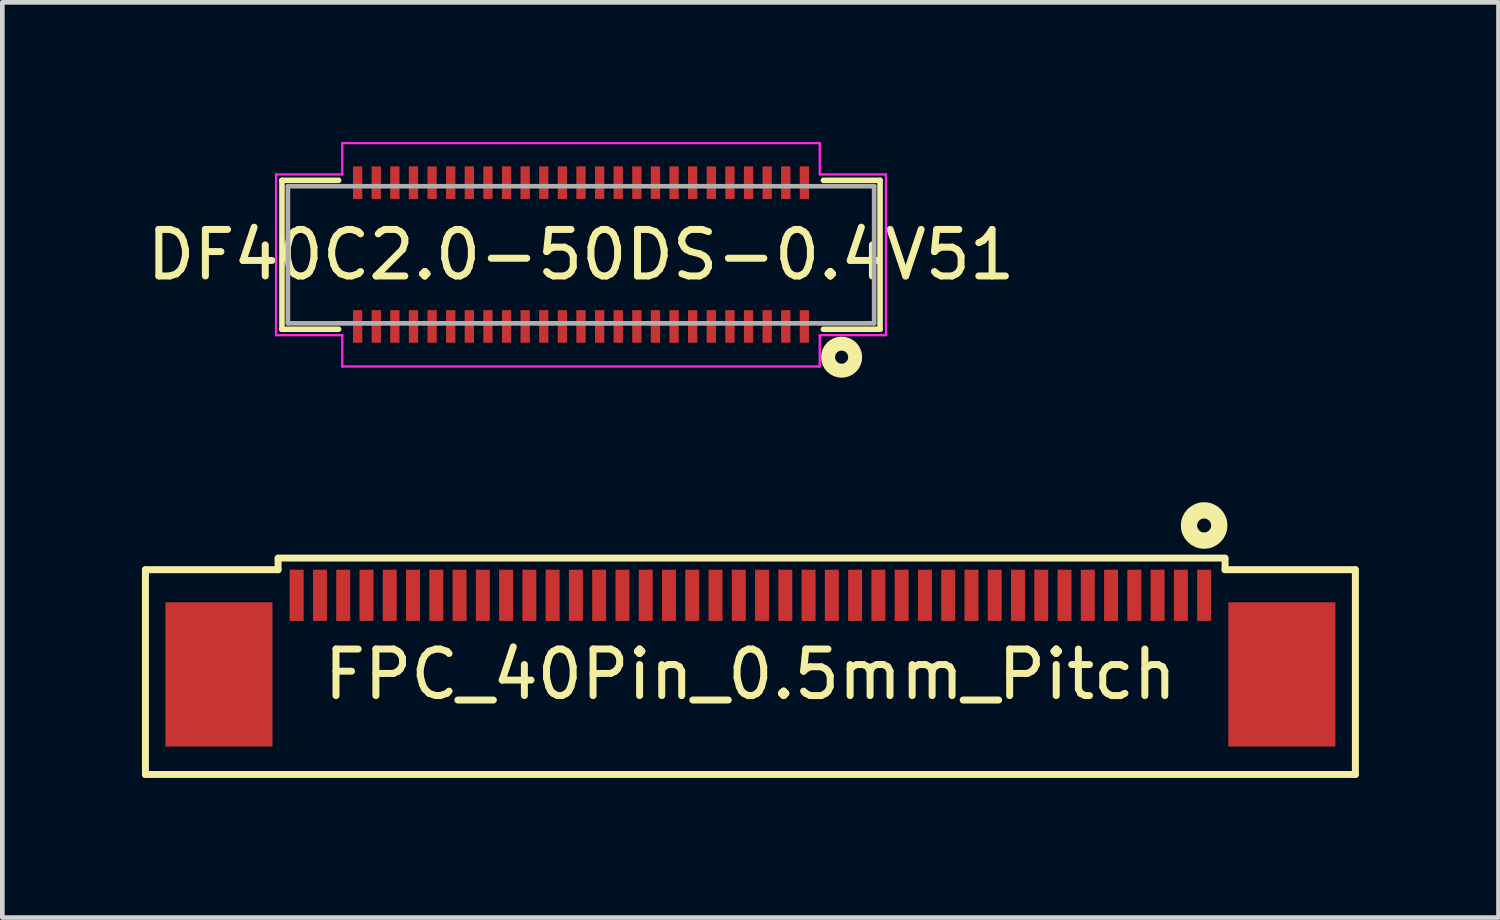
<source format=kicad_pcb>
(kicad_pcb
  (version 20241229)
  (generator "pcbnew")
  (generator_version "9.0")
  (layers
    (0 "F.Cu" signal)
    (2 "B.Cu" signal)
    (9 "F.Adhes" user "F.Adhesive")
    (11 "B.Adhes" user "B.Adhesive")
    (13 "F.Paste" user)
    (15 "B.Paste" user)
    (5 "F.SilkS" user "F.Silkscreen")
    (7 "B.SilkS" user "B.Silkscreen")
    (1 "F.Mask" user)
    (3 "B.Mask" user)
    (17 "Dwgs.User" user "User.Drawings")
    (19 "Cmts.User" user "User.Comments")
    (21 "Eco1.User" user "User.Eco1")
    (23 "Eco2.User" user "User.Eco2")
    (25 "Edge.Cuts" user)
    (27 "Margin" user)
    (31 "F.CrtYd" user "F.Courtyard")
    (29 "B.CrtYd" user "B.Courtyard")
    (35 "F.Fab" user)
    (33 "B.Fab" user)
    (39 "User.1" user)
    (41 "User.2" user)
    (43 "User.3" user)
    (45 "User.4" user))
  (footprint "DF40C2.0-50DS-0.4V51"
    (layer "F.Cu")
    (at 9.435 2.425)
    (property "Reference" "DF40C2.0-50DS-0.4V51" (at 0 0 0) (layer "F.SilkS") (effects (font (size 1 1) (thickness 0.15))))
    (attr smd)
    (fp_line (start -6.426 -1.6) (end -6.426 1.6) (stroke (width 0.12) (type solid)) (layer "F.SilkS"))
    (fp_line (start -6.426 1.6) (end -5.209 1.6) (stroke (width 0.12) (type solid)) (layer "F.SilkS"))
    (fp_line (start -5.209 -1.6) (end -6.426 -1.6) (stroke (width 0.12) (type solid)) (layer "F.SilkS"))
    (fp_line (start 5.209 1.6) (end 6.426 1.6) (stroke (width 0.12) (type solid)) (layer "F.SilkS"))
    (fp_line (start 6.426 -1.6) (end 5.209 -1.6) (stroke (width 0.12) (type solid)) (layer "F.SilkS"))
    (fp_line (start 6.426 1.6) (end 6.426 -1.6) (stroke (width 0.12) (type solid)) (layer "F.SilkS"))
    (fp_circle (center 5.6 2.2) (end 5.741 2.2) (stroke (width 0.3) (type solid)) (fill no) (layer "F.SilkS"))
    (fp_line (start -6.553 -1.727) (end -5.13 -1.727) (stroke (width 0.05) (type solid)) (layer "F.CrtYd"))
    (fp_line (start -6.553 1.727) (end -6.553 -1.727) (stroke (width 0.05) (type solid)) (layer "F.CrtYd"))
    (fp_line (start -5.13 -2.4) (end 5.13 -2.4) (stroke (width 0.05) (type solid)) (layer "F.CrtYd"))
    (fp_line (start -5.13 -1.727) (end -5.13 -2.4) (stroke (width 0.05) (type solid)) (layer "F.CrtYd"))
    (fp_line (start -5.13 1.727) (end -6.553 1.727) (stroke (width 0.05) (type solid)) (layer "F.CrtYd"))
    (fp_line (start -5.13 2.4) (end -5.13 1.727) (stroke (width 0.05) (type solid)) (layer "F.CrtYd"))
    (fp_line (start -5.13 2.4) (end 5.13 2.4) (stroke (width 0.05) (type solid)) (layer "F.CrtYd"))
    (fp_line (start 5.13 -2.4) (end 5.13 -1.727) (stroke (width 0.05) (type solid)) (layer "F.CrtYd"))
    (fp_line (start 5.13 -1.727) (end 6.553 -1.727) (stroke (width 0.05) (type solid)) (layer "F.CrtYd"))
    (fp_line (start 5.13 1.727) (end 5.13 2.4) (stroke (width 0.05) (type solid)) (layer "F.CrtYd"))
    (fp_line (start 6.553 -1.727) (end 6.553 1.727) (stroke (width 0.05) (type solid)) (layer "F.CrtYd"))
    (fp_line (start 6.553 1.727) (end 5.13 1.727) (stroke (width 0.05) (type solid)) (layer "F.CrtYd"))
    (fp_line (start -6.299 -1.473) (end -6.299 1.473) (stroke (width 0.1) (type solid)) (layer "F.Fab"))
    (fp_line (start -6.299 1.473) (end 6.299 1.473) (stroke (width 0.1) (type solid)) (layer "F.Fab"))
    (fp_line (start 6.299 -1.473) (end -6.299 -1.473) (stroke (width 0.1) (type solid)) (layer "F.Fab"))
    (fp_line (start 6.299 1.473) (end 6.299 -1.473) (stroke (width 0.1) (type solid)) (layer "F.Fab"))
    (pad "1" smd rect (at 4.8 1.54) (size 0.2 0.7) (layers "F.Cu" "F.Mask" "F.Paste"))
    (pad "2" smd rect (at 4.8 -1.55) (size 0.2 0.7) (layers "F.Cu" "F.Mask" "F.Paste"))
    (pad "3" smd rect (at 4.4 1.54) (size 0.2 0.7) (layers "F.Cu" "F.Mask" "F.Paste"))
    (pad "4" smd rect (at 4.4 -1.55) (size 0.2 0.7) (layers "F.Cu" "F.Mask" "F.Paste"))
    (pad "5" smd rect (at 4 1.54) (size 0.2 0.7) (layers "F.Cu" "F.Mask" "F.Paste"))
    (pad "6" smd rect (at 4 -1.55) (size 0.2 0.7) (layers "F.Cu" "F.Mask" "F.Paste"))
    (pad "7" smd rect (at 3.6 1.54) (size 0.2 0.7) (layers "F.Cu" "F.Mask" "F.Paste"))
    (pad "8" smd rect (at 3.6 -1.55) (size 0.2 0.7) (layers "F.Cu" "F.Mask" "F.Paste"))
    (pad "9" smd rect (at 3.2 1.54) (size 0.2 0.7) (layers "F.Cu" "F.Mask" "F.Paste"))
    (pad "10" smd rect (at 3.2 -1.55) (size 0.2 0.7) (layers "F.Cu" "F.Mask" "F.Paste"))
    (pad "11" smd rect (at 2.8 1.54) (size 0.2 0.7) (layers "F.Cu" "F.Mask" "F.Paste"))
    (pad "12" smd rect (at 2.8 -1.55) (size 0.2 0.7) (layers "F.Cu" "F.Mask" "F.Paste"))
    (pad "13" smd rect (at 2.4 1.54) (size 0.2 0.7) (layers "F.Cu" "F.Mask" "F.Paste"))
    (pad "14" smd rect (at 2.4 -1.55) (size 0.2 0.7) (layers "F.Cu" "F.Mask" "F.Paste"))
    (pad "15" smd rect (at 2 1.54) (size 0.2 0.7) (layers "F.Cu" "F.Mask" "F.Paste"))
    (pad "16" smd rect (at 2 -1.55) (size 0.2 0.7) (layers "F.Cu" "F.Mask" "F.Paste"))
    (pad "17" smd rect (at 1.6 1.54) (size 0.2 0.7) (layers "F.Cu" "F.Mask" "F.Paste"))
    (pad "18" smd rect (at 1.6 -1.55) (size 0.2 0.7) (layers "F.Cu" "F.Mask" "F.Paste"))
    (pad "19" smd rect (at 1.2 1.54) (size 0.2 0.7) (layers "F.Cu" "F.Mask" "F.Paste"))
    (pad "20" smd rect (at 1.2 -1.55) (size 0.2 0.7) (layers "F.Cu" "F.Mask" "F.Paste"))
    (pad "21" smd rect (at 0.8 1.54) (size 0.2 0.7) (layers "F.Cu" "F.Mask" "F.Paste"))
    (pad "22" smd rect (at 0.8 -1.55) (size 0.2 0.7) (layers "F.Cu" "F.Mask" "F.Paste"))
    (pad "23" smd rect (at 0.4 1.54) (size 0.2 0.7) (layers "F.Cu" "F.Mask" "F.Paste"))
    (pad "24" smd rect (at 0.4 -1.55) (size 0.2 0.7) (layers "F.Cu" "F.Mask" "F.Paste"))
    (pad "25" smd rect (at 0 1.54) (size 0.2 0.7) (layers "F.Cu" "F.Mask" "F.Paste"))
    (pad "26" smd rect (at 0 -1.55) (size 0.2 0.7) (layers "F.Cu" "F.Mask" "F.Paste"))
    (pad "27" smd rect (at -0.4 1.54) (size 0.2 0.7) (layers "F.Cu" "F.Mask" "F.Paste"))
    (pad "28" smd rect (at -0.4 -1.55) (size 0.2 0.7) (layers "F.Cu" "F.Mask" "F.Paste"))
    (pad "29" smd rect (at -0.8 1.54) (size 0.2 0.7) (layers "F.Cu" "F.Mask" "F.Paste"))
    (pad "30" smd rect (at -0.8 -1.55) (size 0.2 0.7) (layers "F.Cu" "F.Mask" "F.Paste"))
    (pad "31" smd rect (at -1.2 1.54) (size 0.2 0.7) (layers "F.Cu" "F.Mask" "F.Paste"))
    (pad "32" smd rect (at -1.2 -1.55) (size 0.2 0.7) (layers "F.Cu" "F.Mask" "F.Paste"))
    (pad "33" smd rect (at -1.6 1.54) (size 0.2 0.7) (layers "F.Cu" "F.Mask" "F.Paste"))
    (pad "34" smd rect (at -1.6 -1.55) (size 0.2 0.7) (layers "F.Cu" "F.Mask" "F.Paste"))
    (pad "35" smd rect (at -2 1.54) (size 0.2 0.7) (layers "F.Cu" "F.Mask" "F.Paste"))
    (pad "36" smd rect (at -2 -1.55) (size 0.2 0.7) (layers "F.Cu" "F.Mask" "F.Paste"))
    (pad "37" smd rect (at -2.4 1.54) (size 0.2 0.7) (layers "F.Cu" "F.Mask" "F.Paste"))
    (pad "38" smd rect (at -2.4 -1.55) (size 0.2 0.7) (layers "F.Cu" "F.Mask" "F.Paste"))
    (pad "39" smd rect (at -2.8 1.54) (size 0.2 0.7) (layers "F.Cu" "F.Mask" "F.Paste"))
    (pad "40" smd rect (at -2.8 -1.55) (size 0.2 0.7) (layers "F.Cu" "F.Mask" "F.Paste"))
    (pad "41" smd rect (at -3.2 1.54) (size 0.2 0.7) (layers "F.Cu" "F.Mask" "F.Paste"))
    (pad "42" smd rect (at -3.2 -1.55) (size 0.2 0.7) (layers "F.Cu" "F.Mask" "F.Paste"))
    (pad "43" smd rect (at -3.6 1.54) (size 0.2 0.7) (layers "F.Cu" "F.Mask" "F.Paste"))
    (pad "44" smd rect (at -3.6 -1.55) (size 0.2 0.7) (layers "F.Cu" "F.Mask" "F.Paste"))
    (pad "45" smd rect (at -4 1.54) (size 0.2 0.7) (layers "F.Cu" "F.Mask" "F.Paste"))
    (pad "46" smd rect (at -4 -1.55) (size 0.2 0.7) (layers "F.Cu" "F.Mask" "F.Paste"))
    (pad "47" smd rect (at -4.4 1.54) (size 0.2 0.7) (layers "F.Cu" "F.Mask" "F.Paste"))
    (pad "48" smd rect (at -4.4 -1.55) (size 0.2 0.7) (layers "F.Cu" "F.Mask" "F.Paste"))
    (pad "49" smd rect (at -4.8 1.54) (size 0.2 0.7) (layers "F.Cu" "F.Mask" "F.Paste"))
    (pad "50" smd rect (at -4.8 -1.55) (size 0.2 0.7) (layers "F.Cu" "F.Mask" "F.Paste")))
  (footprint "FPC_40Pin_0.5mm_Pitch"
    (layer "F.Cu")
    (at 13.075 9.742)
    (property "Reference" "FPC_40Pin_0.5mm_Pitch" (at 0 1.7 0) (layer "F.SilkS") (effects (font (size 1 1) (thickness 0.15))))
    (attr smd)
    (fp_line (start -13 -0.55) (end -10.15 -0.55) (stroke (width 0.15) (type solid)) (layer "F.SilkS"))
    (fp_line (start -13 3.85) (end -13 -0.55) (stroke (width 0.15) (type solid)) (layer "F.SilkS"))
    (fp_line (start -10.15 -0.8) (end 10.2 -0.8) (stroke (width 0.15) (type solid)) (layer "F.SilkS"))
    (fp_line (start -10.15 -0.55) (end -10.15 -0.775) (stroke (width 0.15) (type solid)) (layer "F.SilkS"))
    (fp_line (start 10.2 -0.55) (end 10.2 -0.775) (stroke (width 0.15) (type solid)) (layer "F.SilkS"))
    (fp_line (start 13 -0.55) (end 10.2 -0.55) (stroke (width 0.15) (type solid)) (layer "F.SilkS"))
    (fp_line (start 13 3.85) (end -13 3.85) (stroke (width 0.15) (type solid)) (layer "F.SilkS"))
    (fp_line (start 13 3.85) (end 13 -0.55) (stroke (width 0.15) (type solid)) (layer "F.SilkS"))
    (fp_circle (center 9.75 -1.5) (end 9.9 -1.5) (stroke (width 0.35) (type solid)) (fill no) (layer "F.SilkS"))
    (pad "0" smd rect (at -11.42 1.7) (size 2.3 3.1) (layers "F.Cu" "F.Mask" "F.Paste"))
    (pad "0" smd rect (at 11.42 1.7) (size 2.3 3.1) (layers "F.Cu" "F.Mask" "F.Paste"))
    (pad "1" smd rect (at 9.75 0 180) (size 0.3 1.1) (layers "F.Cu" "F.Mask" "F.Paste"))
    (pad "2" smd rect (at 9.25 0 180) (size 0.3 1.1) (layers "F.Cu" "F.Mask" "F.Paste"))
    (pad "3" smd rect (at 8.75 0 180) (size 0.3 1.1) (layers "F.Cu" "F.Mask" "F.Paste"))
    (pad "4" smd rect (at 8.25 0 180) (size 0.3 1.1) (layers "F.Cu" "F.Mask" "F.Paste"))
    (pad "5" smd rect (at 7.75 0 180) (size 0.3 1.1) (layers "F.Cu" "F.Mask" "F.Paste"))
    (pad "6" smd rect (at 7.25 0 180) (size 0.3 1.1) (layers "F.Cu" "F.Mask" "F.Paste"))
    (pad "7" smd rect (at 6.75 0 180) (size 0.3 1.1) (layers "F.Cu" "F.Mask" "F.Paste"))
    (pad "8" smd rect (at 6.25 0 180) (size 0.3 1.1) (layers "F.Cu" "F.Mask" "F.Paste"))
    (pad "9" smd rect (at 5.75 0 180) (size 0.3 1.1) (layers "F.Cu" "F.Mask" "F.Paste"))
    (pad "10" smd rect (at 5.25 0 180) (size 0.3 1.1) (layers "F.Cu" "F.Mask" "F.Paste"))
    (pad "11" smd rect (at 4.75 0 180) (size 0.3 1.1) (layers "F.Cu" "F.Mask" "F.Paste"))
    (pad "12" smd rect (at 4.25 0 180) (size 0.3 1.1) (layers "F.Cu" "F.Mask" "F.Paste"))
    (pad "13" smd rect (at 3.75 0 180) (size 0.3 1.1) (layers "F.Cu" "F.Mask" "F.Paste"))
    (pad "14" smd rect (at 3.25 0 180) (size 0.3 1.1) (layers "F.Cu" "F.Mask" "F.Paste"))
    (pad "15" smd rect (at 2.75 0 180) (size 0.3 1.1) (layers "F.Cu" "F.Mask" "F.Paste"))
    (pad "16" smd rect (at 2.25 0 180) (size 0.3 1.1) (layers "F.Cu" "F.Mask" "F.Paste"))
    (pad "17" smd rect (at 1.75 0 180) (size 0.3 1.1) (layers "F.Cu" "F.Mask" "F.Paste"))
    (pad "18" smd rect (at 1.25 0 180) (size 0.3 1.1) (layers "F.Cu" "F.Mask" "F.Paste"))
    (pad "19" smd rect (at 0.75 0 180) (size 0.3 1.1) (layers "F.Cu" "F.Mask" "F.Paste"))
    (pad "20" smd rect (at 0.25 0 180) (size 0.3 1.1) (layers "F.Cu" "F.Mask" "F.Paste"))
    (pad "21" smd rect (at -0.25 0 180) (size 0.3 1.1) (layers "F.Cu" "F.Mask" "F.Paste"))
    (pad "22" smd rect (at -0.75 0 180) (size 0.3 1.1) (layers "F.Cu" "F.Mask" "F.Paste"))
    (pad "23" smd rect (at -1.25 0 180) (size 0.3 1.1) (layers "F.Cu" "F.Mask" "F.Paste"))
    (pad "24" smd rect (at -1.75 0 180) (size 0.3 1.1) (layers "F.Cu" "F.Mask" "F.Paste"))
    (pad "25" smd rect (at -2.25 0 180) (size 0.3 1.1) (layers "F.Cu" "F.Mask" "F.Paste"))
    (pad "26" smd rect (at -2.75 0 180) (size 0.3 1.1) (layers "F.Cu" "F.Mask" "F.Paste"))
    (pad "27" smd rect (at -3.25 0 180) (size 0.3 1.1) (layers "F.Cu" "F.Mask" "F.Paste"))
    (pad "28" smd rect (at -3.75 0 180) (size 0.3 1.1) (layers "F.Cu" "F.Mask" "F.Paste"))
    (pad "29" smd rect (at -4.25 0 180) (size 0.3 1.1) (layers "F.Cu" "F.Mask" "F.Paste"))
    (pad "30" smd rect (at -4.75 0 180) (size 0.3 1.1) (layers "F.Cu" "F.Mask" "F.Paste"))
    (pad "31" smd rect (at -5.25 0 180) (size 0.3 1.1) (layers "F.Cu" "F.Mask" "F.Paste"))
    (pad "32" smd rect (at -5.75 0 180) (size 0.3 1.1) (layers "F.Cu" "F.Mask" "F.Paste"))
    (pad "33" smd rect (at -6.25 0 180) (size 0.3 1.1) (layers "F.Cu" "F.Mask" "F.Paste"))
    (pad "34" smd rect (at -6.75 0 180) (size 0.3 1.1) (layers "F.Cu" "F.Mask" "F.Paste"))
    (pad "35" smd rect (at -7.25 0 180) (size 0.3 1.1) (layers "F.Cu" "F.Mask" "F.Paste"))
    (pad "36" smd rect (at -7.75 0 180) (size 0.3 1.1) (layers "F.Cu" "F.Mask" "F.Paste"))
    (pad "37" smd rect (at -8.25 0 180) (size 0.3 1.1) (layers "F.Cu" "F.Mask" "F.Paste"))
    (pad "38" smd rect (at -8.75 0 180) (size 0.3 1.1) (layers "F.Cu" "F.Mask" "F.Paste"))
    (pad "39" smd rect (at -9.25 0 180) (size 0.3 1.1) (layers "F.Cu" "F.Mask" "F.Paste"))
    (pad "40" smd rect (at -9.75 0 180) (size 0.3 1.1) (layers "F.Cu" "F.Mask" "F.Paste")))
  (gr_rect
    (start -3 -3)
    (end 29.15 16.667)
    (stroke (width 0.1) (type default))
    (fill no)
    (layer "Edge.Cuts")))
</source>
